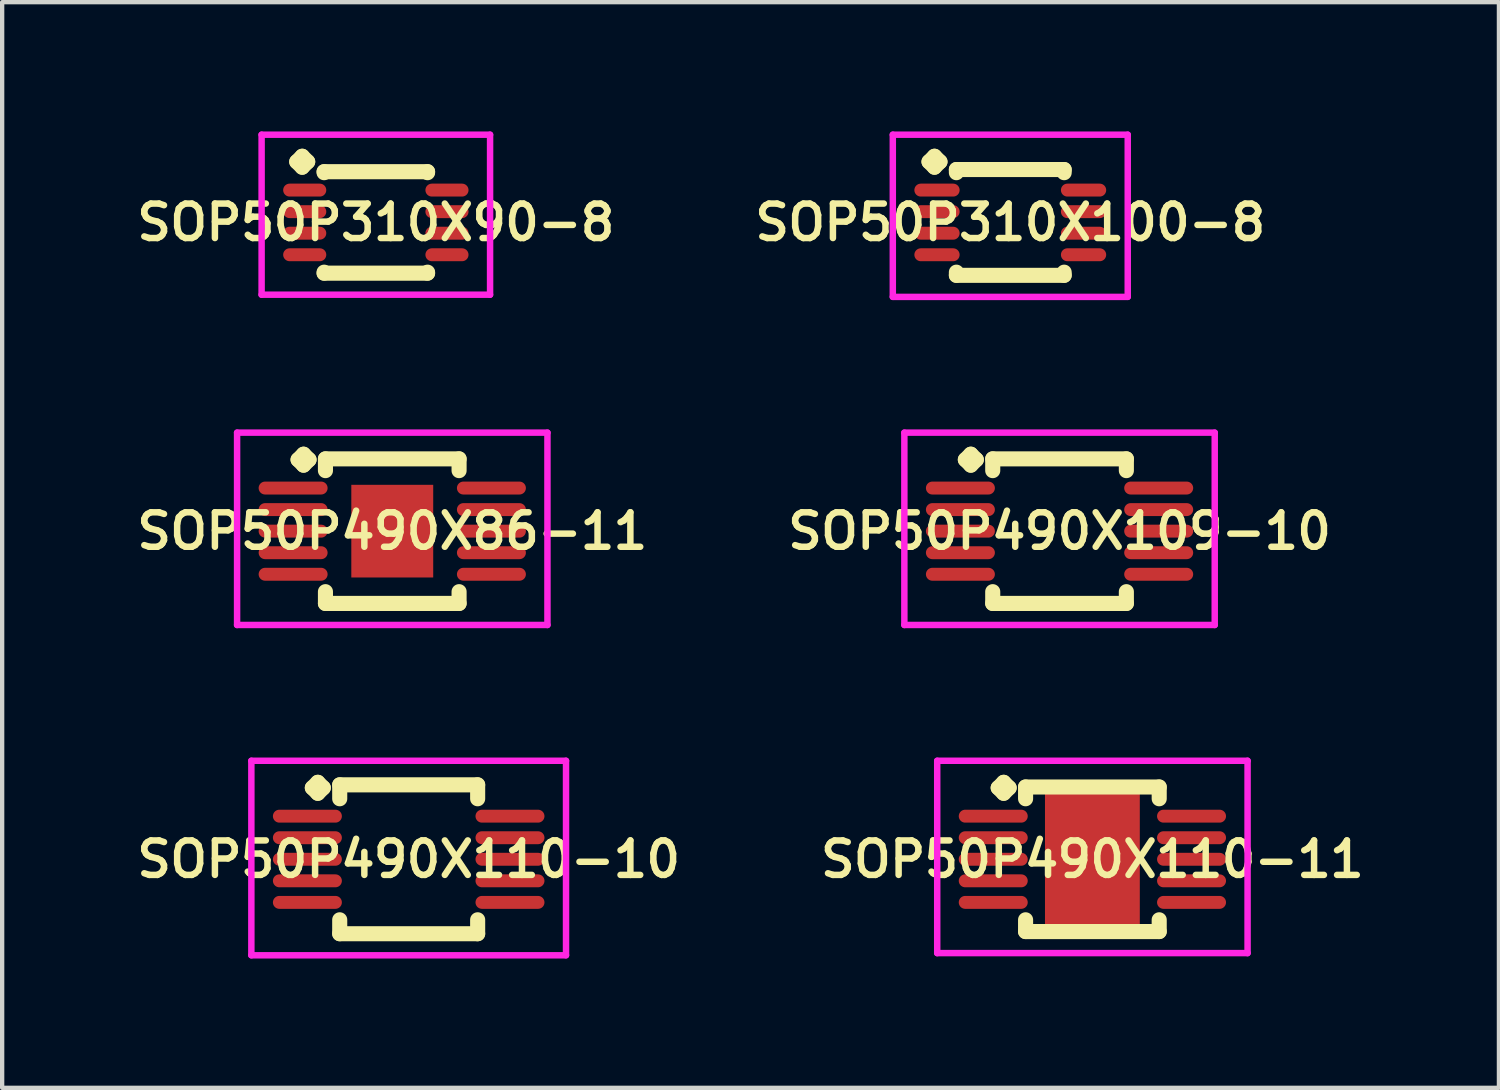
<source format=kicad_pcb>
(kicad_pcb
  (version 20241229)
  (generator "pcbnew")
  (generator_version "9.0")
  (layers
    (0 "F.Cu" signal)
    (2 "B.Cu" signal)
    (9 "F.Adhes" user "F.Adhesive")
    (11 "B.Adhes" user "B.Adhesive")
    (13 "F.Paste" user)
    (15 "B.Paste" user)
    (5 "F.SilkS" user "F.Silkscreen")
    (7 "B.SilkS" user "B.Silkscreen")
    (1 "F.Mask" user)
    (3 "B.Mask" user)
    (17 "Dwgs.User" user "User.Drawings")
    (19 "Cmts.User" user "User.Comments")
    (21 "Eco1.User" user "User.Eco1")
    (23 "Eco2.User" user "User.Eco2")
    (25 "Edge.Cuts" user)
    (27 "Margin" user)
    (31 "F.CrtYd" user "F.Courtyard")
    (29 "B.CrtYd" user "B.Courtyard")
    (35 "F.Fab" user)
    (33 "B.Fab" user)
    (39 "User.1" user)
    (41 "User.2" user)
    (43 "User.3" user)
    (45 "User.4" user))
  (footprint "SOP50P490X86-11"
    (layer "F.Cu")
    (at 6.05 9.272)
    (property "Reference" "SOP50P490X86-11" (at 0 0 0) (layer "F.SilkS") (effects (font (size 0.8 0.8) (thickness 0.15))))
    (attr smd)
    (fp_line (start -2.185 -1.658) (end -2.058 -1.785) (stroke (width 0.35) (type solid)) (layer "F.SilkS"))
    (fp_line (start -2.058 -1.785) (end -1.931 -1.658) (stroke (width 0.35) (type solid)) (layer "F.SilkS"))
    (fp_line (start -2.058 -1.531) (end -2.185 -1.658) (stroke (width 0.35) (type solid)) (layer "F.SilkS"))
    (fp_line (start -1.931 -1.658) (end -2.058 -1.531) (stroke (width 0.35) (type solid)) (layer "F.SilkS"))
    (fp_line (start -1.55 -1.677) (end 1.55 -1.677) (stroke (width 0.35) (type solid)) (layer "F.SilkS"))
    (fp_line (start -1.55 -1.404) (end -1.55 -1.677) (stroke (width 0.35) (type solid)) (layer "F.SilkS"))
    (fp_line (start -1.55 1.404) (end -1.55 1.677) (stroke (width 0.35) (type solid)) (layer "F.SilkS"))
    (fp_line (start -1.55 1.677) (end 1.55 1.677) (stroke (width 0.35) (type solid)) (layer "F.SilkS"))
    (fp_line (start 1.55 -1.677) (end 1.55 -1.404) (stroke (width 0.35) (type solid)) (layer "F.SilkS"))
    (fp_line (start 1.55 1.677) (end 1.55 1.404) (stroke (width 0.35) (type solid)) (layer "F.SilkS"))
    (fp_line (start -3.6 -2.285) (end 3.6 -2.285) (stroke (width 0.15) (type solid)) (layer "F.CrtYd"))
    (fp_line (start -3.6 2.177) (end -3.6 -2.285) (stroke (width 0.15) (type solid)) (layer "F.CrtYd"))
    (fp_line (start 3.6 -2.285) (end 3.6 2.177) (stroke (width 0.15) (type solid)) (layer "F.CrtYd"))
    (fp_line (start 3.6 2.177) (end -3.6 2.177) (stroke (width 0.15) (type solid)) (layer "F.CrtYd"))
    (pad "1" smd oval (at -2.3 -1) (size 1.6 0.3) (layers "F.Cu" "F.Mask" "F.Paste"))
    (pad "2" smd oval (at -2.3 -0.5) (size 1.6 0.3) (layers "F.Cu" "F.Mask" "F.Paste"))
    (pad "3" smd oval (at -2.3 0) (size 1.6 0.3) (layers "F.Cu" "F.Mask" "F.Paste"))
    (pad "4" smd oval (at -2.3 0.5) (size 1.6 0.3) (layers "F.Cu" "F.Mask" "F.Paste"))
    (pad "5" smd oval (at -2.3 1) (size 1.6 0.3) (layers "F.Cu" "F.Mask" "F.Paste"))
    (pad "6" smd oval (at 2.3 1) (size 1.6 0.3) (layers "F.Cu" "F.Mask" "F.Paste"))
    (pad "7" smd oval (at 2.3 0.5) (size 1.6 0.3) (layers "F.Cu" "F.Mask" "F.Paste"))
    (pad "8" smd oval (at 2.3 0) (size 1.6 0.3) (layers "F.Cu" "F.Mask" "F.Paste"))
    (pad "9" smd oval (at 2.3 -0.5) (size 1.6 0.3) (layers "F.Cu" "F.Mask" "F.Paste"))
    (pad "10" smd oval (at 2.3 -1) (size 1.6 0.3) (layers "F.Cu" "F.Mask" "F.Paste"))
    (pad "11" smd rect (at 0 0) (size 1.9 2.15) (layers "F.Cu" "F.Mask" "F.Paste")))
  (footprint "SOP50P490X109-10"
    (layer "F.Cu")
    (at 21.53 9.272)
    (property "Reference" "SOP50P490X109-10" (at 0 0 0) (layer "F.SilkS") (effects (font (size 0.8 0.8) (thickness 0.15))))
    (attr smd)
    (fp_line (start -2.185 -1.658) (end -2.058 -1.785) (stroke (width 0.35) (type solid)) (layer "F.SilkS"))
    (fp_line (start -2.058 -1.785) (end -1.931 -1.658) (stroke (width 0.35) (type solid)) (layer "F.SilkS"))
    (fp_line (start -2.058 -1.531) (end -2.185 -1.658) (stroke (width 0.35) (type solid)) (layer "F.SilkS"))
    (fp_line (start -1.931 -1.658) (end -2.058 -1.531) (stroke (width 0.35) (type solid)) (layer "F.SilkS"))
    (fp_line (start -1.55 -1.677) (end 1.55 -1.677) (stroke (width 0.35) (type solid)) (layer "F.SilkS"))
    (fp_line (start -1.55 -1.404) (end -1.55 -1.677) (stroke (width 0.35) (type solid)) (layer "F.SilkS"))
    (fp_line (start -1.55 1.404) (end -1.55 1.677) (stroke (width 0.35) (type solid)) (layer "F.SilkS"))
    (fp_line (start -1.55 1.677) (end 1.55 1.677) (stroke (width 0.35) (type solid)) (layer "F.SilkS"))
    (fp_line (start 1.55 -1.677) (end 1.55 -1.404) (stroke (width 0.35) (type solid)) (layer "F.SilkS"))
    (fp_line (start 1.55 1.677) (end 1.55 1.404) (stroke (width 0.35) (type solid)) (layer "F.SilkS"))
    (fp_line (start -3.6 -2.285) (end 3.6 -2.285) (stroke (width 0.15) (type solid)) (layer "F.CrtYd"))
    (fp_line (start -3.6 2.177) (end -3.6 -2.285) (stroke (width 0.15) (type solid)) (layer "F.CrtYd"))
    (fp_line (start 3.6 -2.285) (end 3.6 2.177) (stroke (width 0.15) (type solid)) (layer "F.CrtYd"))
    (fp_line (start 3.6 2.177) (end -3.6 2.177) (stroke (width 0.15) (type solid)) (layer "F.CrtYd"))
    (pad "1" smd oval (at -2.3 -1) (size 1.6 0.3) (layers "F.Cu" "F.Mask" "F.Paste"))
    (pad "2" smd oval (at -2.3 -0.5) (size 1.6 0.3) (layers "F.Cu" "F.Mask" "F.Paste"))
    (pad "3" smd oval (at -2.3 0) (size 1.6 0.3) (layers "F.Cu" "F.Mask" "F.Paste"))
    (pad "4" smd oval (at -2.3 0.5) (size 1.6 0.3) (layers "F.Cu" "F.Mask" "F.Paste"))
    (pad "5" smd oval (at -2.3 1) (size 1.6 0.3) (layers "F.Cu" "F.Mask" "F.Paste"))
    (pad "6" smd oval (at 2.3 1) (size 1.6 0.3) (layers "F.Cu" "F.Mask" "F.Paste"))
    (pad "7" smd oval (at 2.3 0.5) (size 1.6 0.3) (layers "F.Cu" "F.Mask" "F.Paste"))
    (pad "8" smd oval (at 2.3 0) (size 1.6 0.3) (layers "F.Cu" "F.Mask" "F.Paste"))
    (pad "9" smd oval (at 2.3 -0.5) (size 1.6 0.3) (layers "F.Cu" "F.Mask" "F.Paste"))
    (pad "10" smd oval (at 2.3 -1) (size 1.6 0.3) (layers "F.Cu" "F.Mask" "F.Paste")))
  (footprint "SOP50P310X100-8"
    (layer "F.Cu")
    (at 20.387 2.11)
    (property "Reference" "SOP50P310X100-8" (at 0 0 0) (layer "F.SilkS") (effects (font (size 0.8 0.8) (thickness 0.15))))
    (attr smd)
    (fp_line (start -1.885 -1.408) (end -1.758 -1.535) (stroke (width 0.35) (type solid)) (layer "F.SilkS"))
    (fp_line (start -1.758 -1.535) (end -1.631 -1.408) (stroke (width 0.35) (type solid)) (layer "F.SilkS"))
    (fp_line (start -1.758 -1.281) (end -1.885 -1.408) (stroke (width 0.35) (type solid)) (layer "F.SilkS"))
    (fp_line (start -1.631 -1.408) (end -1.758 -1.281) (stroke (width 0.35) (type solid)) (layer "F.SilkS"))
    (fp_line (start -1.25 -1.227) (end 1.25 -1.227) (stroke (width 0.35) (type solid)) (layer "F.SilkS"))
    (fp_line (start -1.25 -1.154) (end -1.25 -1.227) (stroke (width 0.35) (type solid)) (layer "F.SilkS"))
    (fp_line (start -1.25 1.154) (end -1.25 1.227) (stroke (width 0.35) (type solid)) (layer "F.SilkS"))
    (fp_line (start -1.25 1.227) (end 1.25 1.227) (stroke (width 0.35) (type solid)) (layer "F.SilkS"))
    (fp_line (start 1.25 -1.227) (end 1.25 -1.154) (stroke (width 0.35) (type solid)) (layer "F.SilkS"))
    (fp_line (start 1.25 1.227) (end 1.25 1.154) (stroke (width 0.35) (type solid)) (layer "F.SilkS"))
    (fp_line (start -2.725 -2.035) (end 2.725 -2.035) (stroke (width 0.15) (type solid)) (layer "F.CrtYd"))
    (fp_line (start -2.725 1.727) (end -2.725 -2.035) (stroke (width 0.15) (type solid)) (layer "F.CrtYd"))
    (fp_line (start 2.725 -2.035) (end 2.725 1.727) (stroke (width 0.15) (type solid)) (layer "F.CrtYd"))
    (fp_line (start 2.725 1.727) (end -2.725 1.727) (stroke (width 0.15) (type solid)) (layer "F.CrtYd"))
    (pad "1" smd oval (at -1.7 -0.75) (size 1.05 0.3) (layers "F.Cu" "F.Mask" "F.Paste"))
    (pad "2" smd oval (at -1.7 -0.25) (size 1.05 0.3) (layers "F.Cu" "F.Mask" "F.Paste"))
    (pad "3" smd oval (at -1.7 0.25) (size 1.05 0.3) (layers "F.Cu" "F.Mask" "F.Paste"))
    (pad "4" smd oval (at -1.7 0.75) (size 1.05 0.3) (layers "F.Cu" "F.Mask" "F.Paste"))
    (pad "5" smd oval (at 1.7 0.75) (size 1.05 0.3) (layers "F.Cu" "F.Mask" "F.Paste"))
    (pad "6" smd oval (at 1.7 0.25) (size 1.05 0.3) (layers "F.Cu" "F.Mask" "F.Paste"))
    (pad "7" smd oval (at 1.7 -0.25) (size 1.05 0.3) (layers "F.Cu" "F.Mask" "F.Paste"))
    (pad "8" smd oval (at 1.7 -0.75) (size 1.05 0.3) (layers "F.Cu" "F.Mask" "F.Paste")))
  (footprint "SOP50P310X90-8"
    (layer "F.Cu")
    (at 5.669 2.11)
    (property "Reference" "SOP50P310X90-8" (at 0 0 0) (layer "F.SilkS") (effects (font (size 0.8 0.8) (thickness 0.15))))
    (attr smd)
    (fp_line (start -1.835 -1.408) (end -1.708 -1.535) (stroke (width 0.35) (type solid)) (layer "F.SilkS"))
    (fp_line (start -1.708 -1.535) (end -1.581 -1.408) (stroke (width 0.35) (type solid)) (layer "F.SilkS"))
    (fp_line (start -1.708 -1.281) (end -1.835 -1.408) (stroke (width 0.35) (type solid)) (layer "F.SilkS"))
    (fp_line (start -1.581 -1.408) (end -1.708 -1.281) (stroke (width 0.35) (type solid)) (layer "F.SilkS"))
    (fp_line (start -1.2 -1.177) (end 1.2 -1.177) (stroke (width 0.35) (type solid)) (layer "F.SilkS"))
    (fp_line (start -1.2 -1.154) (end -1.2 -1.177) (stroke (width 0.35) (type solid)) (layer "F.SilkS"))
    (fp_line (start -1.2 1.154) (end -1.2 1.177) (stroke (width 0.35) (type solid)) (layer "F.SilkS"))
    (fp_line (start -1.2 1.177) (end 1.2 1.177) (stroke (width 0.35) (type solid)) (layer "F.SilkS"))
    (fp_line (start 1.2 -1.177) (end 1.2 -1.154) (stroke (width 0.35) (type solid)) (layer "F.SilkS"))
    (fp_line (start 1.2 1.177) (end 1.2 1.154) (stroke (width 0.35) (type solid)) (layer "F.SilkS"))
    (fp_line (start -2.65 -2.035) (end 2.65 -2.035) (stroke (width 0.15) (type solid)) (layer "F.CrtYd"))
    (fp_line (start -2.65 1.677) (end -2.65 -2.035) (stroke (width 0.15) (type solid)) (layer "F.CrtYd"))
    (fp_line (start 2.65 -2.035) (end 2.65 1.677) (stroke (width 0.15) (type solid)) (layer "F.CrtYd"))
    (fp_line (start 2.65 1.677) (end -2.65 1.677) (stroke (width 0.15) (type solid)) (layer "F.CrtYd"))
    (pad "1" smd oval (at -1.65 -0.75) (size 1 0.3) (layers "F.Cu" "F.Mask" "F.Paste"))
    (pad "2" smd oval (at -1.65 -0.25) (size 1 0.3) (layers "F.Cu" "F.Mask" "F.Paste"))
    (pad "3" smd oval (at -1.65 0.25) (size 1 0.3) (layers "F.Cu" "F.Mask" "F.Paste"))
    (pad "4" smd oval (at -1.65 0.75) (size 1 0.3) (layers "F.Cu" "F.Mask" "F.Paste"))
    (pad "5" smd oval (at 1.65 0.75) (size 1 0.3) (layers "F.Cu" "F.Mask" "F.Paste"))
    (pad "6" smd oval (at 1.65 0.25) (size 1 0.3) (layers "F.Cu" "F.Mask" "F.Paste"))
    (pad "7" smd oval (at 1.65 -0.25) (size 1 0.3) (layers "F.Cu" "F.Mask" "F.Paste"))
    (pad "8" smd oval (at 1.65 -0.75) (size 1 0.3) (layers "F.Cu" "F.Mask" "F.Paste")))
  (footprint "SOP50P490X110-11"
    (layer "F.Cu")
    (at 22.292 16.884)
    (property "Reference" "SOP50P490X110-11" (at 0 0 0) (layer "F.SilkS") (effects (font (size 0.8 0.8) (thickness 0.15))))
    (attr smd)
    (fp_line (start -2.185 -1.658) (end -2.058 -1.785) (stroke (width 0.35) (type solid)) (layer "F.SilkS"))
    (fp_line (start -2.058 -1.785) (end -1.931 -1.658) (stroke (width 0.35) (type solid)) (layer "F.SilkS"))
    (fp_line (start -2.058 -1.531) (end -2.185 -1.658) (stroke (width 0.35) (type solid)) (layer "F.SilkS"))
    (fp_line (start -1.931 -1.658) (end -2.058 -1.531) (stroke (width 0.35) (type solid)) (layer "F.SilkS"))
    (fp_line (start -1.55 -1.677) (end 1.55 -1.677) (stroke (width 0.35) (type solid)) (layer "F.SilkS"))
    (fp_line (start -1.55 -1.404) (end -1.55 -1.677) (stroke (width 0.35) (type solid)) (layer "F.SilkS"))
    (fp_line (start -1.55 1.404) (end -1.55 1.677) (stroke (width 0.35) (type solid)) (layer "F.SilkS"))
    (fp_line (start -1.55 1.677) (end 1.55 1.677) (stroke (width 0.35) (type solid)) (layer "F.SilkS"))
    (fp_line (start 1.55 -1.677) (end 1.55 -1.404) (stroke (width 0.35) (type solid)) (layer "F.SilkS"))
    (fp_line (start 1.55 1.677) (end 1.55 1.404) (stroke (width 0.35) (type solid)) (layer "F.SilkS"))
    (fp_line (start -3.6 -2.285) (end 3.6 -2.285) (stroke (width 0.15) (type solid)) (layer "F.CrtYd"))
    (fp_line (start -3.6 2.177) (end -3.6 -2.285) (stroke (width 0.15) (type solid)) (layer "F.CrtYd"))
    (fp_line (start 3.6 -2.285) (end 3.6 2.177) (stroke (width 0.15) (type solid)) (layer "F.CrtYd"))
    (fp_line (start 3.6 2.177) (end -3.6 2.177) (stroke (width 0.15) (type solid)) (layer "F.CrtYd"))
    (pad "1" smd oval (at -2.3 -1) (size 1.6 0.3) (layers "F.Cu" "F.Mask" "F.Paste"))
    (pad "2" smd oval (at -2.3 -0.5) (size 1.6 0.3) (layers "F.Cu" "F.Mask" "F.Paste"))
    (pad "3" smd oval (at -2.3 0) (size 1.6 0.3) (layers "F.Cu" "F.Mask" "F.Paste"))
    (pad "4" smd oval (at -2.3 0.5) (size 1.6 0.3) (layers "F.Cu" "F.Mask" "F.Paste"))
    (pad "5" smd oval (at -2.3 1) (size 1.6 0.3) (layers "F.Cu" "F.Mask" "F.Paste"))
    (pad "6" smd oval (at 2.3 1) (size 1.6 0.3) (layers "F.Cu" "F.Mask" "F.Paste"))
    (pad "7" smd oval (at 2.3 0.5) (size 1.6 0.3) (layers "F.Cu" "F.Mask" "F.Paste"))
    (pad "8" smd oval (at 2.3 0) (size 1.6 0.3) (layers "F.Cu" "F.Mask" "F.Paste"))
    (pad "9" smd oval (at 2.3 -0.5) (size 1.6 0.3) (layers "F.Cu" "F.Mask" "F.Paste"))
    (pad "10" smd oval (at 2.3 -1) (size 1.6 0.3) (layers "F.Cu" "F.Mask" "F.Paste"))
    (pad "11" smd rect (at 0 0) (size 2.2 3.1) (layers "F.Cu" "F.Mask" "F.Paste")))
  (footprint "SOP50P490X110-10"
    (layer "F.Cu")
    (at 6.431 16.884)
    (property "Reference" "SOP50P490X110-10" (at 0 0 0) (layer "F.SilkS") (effects (font (size 0.8 0.8) (thickness 0.15))))
    (attr smd)
    (fp_line (start -2.235 -1.658) (end -2.108 -1.785) (stroke (width 0.35) (type solid)) (layer "F.SilkS"))
    (fp_line (start -2.108 -1.785) (end -1.981 -1.658) (stroke (width 0.35) (type solid)) (layer "F.SilkS"))
    (fp_line (start -2.108 -1.531) (end -2.235 -1.658) (stroke (width 0.35) (type solid)) (layer "F.SilkS"))
    (fp_line (start -1.981 -1.658) (end -2.108 -1.531) (stroke (width 0.35) (type solid)) (layer "F.SilkS"))
    (fp_line (start -1.6 -1.727) (end 1.6 -1.727) (stroke (width 0.35) (type solid)) (layer "F.SilkS"))
    (fp_line (start -1.6 -1.404) (end -1.6 -1.727) (stroke (width 0.35) (type solid)) (layer "F.SilkS"))
    (fp_line (start -1.6 1.404) (end -1.6 1.727) (stroke (width 0.35) (type solid)) (layer "F.SilkS"))
    (fp_line (start -1.6 1.727) (end 1.6 1.727) (stroke (width 0.35) (type solid)) (layer "F.SilkS"))
    (fp_line (start 1.6 -1.727) (end 1.6 -1.404) (stroke (width 0.35) (type solid)) (layer "F.SilkS"))
    (fp_line (start 1.6 1.727) (end 1.6 1.404) (stroke (width 0.35) (type solid)) (layer "F.SilkS"))
    (fp_line (start -3.65 -2.285) (end 3.65 -2.285) (stroke (width 0.15) (type solid)) (layer "F.CrtYd"))
    (fp_line (start -3.65 2.227) (end -3.65 -2.285) (stroke (width 0.15) (type solid)) (layer "F.CrtYd"))
    (fp_line (start 3.65 -2.285) (end 3.65 2.227) (stroke (width 0.15) (type solid)) (layer "F.CrtYd"))
    (fp_line (start 3.65 2.227) (end -3.65 2.227) (stroke (width 0.15) (type solid)) (layer "F.CrtYd"))
    (pad "1" smd oval (at -2.35 -1) (size 1.6 0.3) (layers "F.Cu" "F.Mask" "F.Paste"))
    (pad "2" smd oval (at -2.35 -0.5) (size 1.6 0.3) (layers "F.Cu" "F.Mask" "F.Paste"))
    (pad "3" smd oval (at -2.35 0) (size 1.6 0.3) (layers "F.Cu" "F.Mask" "F.Paste"))
    (pad "4" smd oval (at -2.35 0.5) (size 1.6 0.3) (layers "F.Cu" "F.Mask" "F.Paste"))
    (pad "5" smd oval (at -2.35 1) (size 1.6 0.3) (layers "F.Cu" "F.Mask" "F.Paste"))
    (pad "6" smd oval (at 2.35 1) (size 1.6 0.3) (layers "F.Cu" "F.Mask" "F.Paste"))
    (pad "7" smd oval (at 2.35 0.5) (size 1.6 0.3) (layers "F.Cu" "F.Mask" "F.Paste"))
    (pad "8" smd oval (at 2.35 0) (size 1.6 0.3) (layers "F.Cu" "F.Mask" "F.Paste"))
    (pad "9" smd oval (at 2.35 -0.5) (size 1.6 0.3) (layers "F.Cu" "F.Mask" "F.Paste"))
    (pad "10" smd oval (at 2.35 -1) (size 1.6 0.3) (layers "F.Cu" "F.Mask" "F.Paste")))
  (gr_rect
    (start -3 -3)
    (end 31.723 22.186)
    (stroke (width 0.1) (type default))
    (fill no)
    (layer "Edge.Cuts")))
</source>
